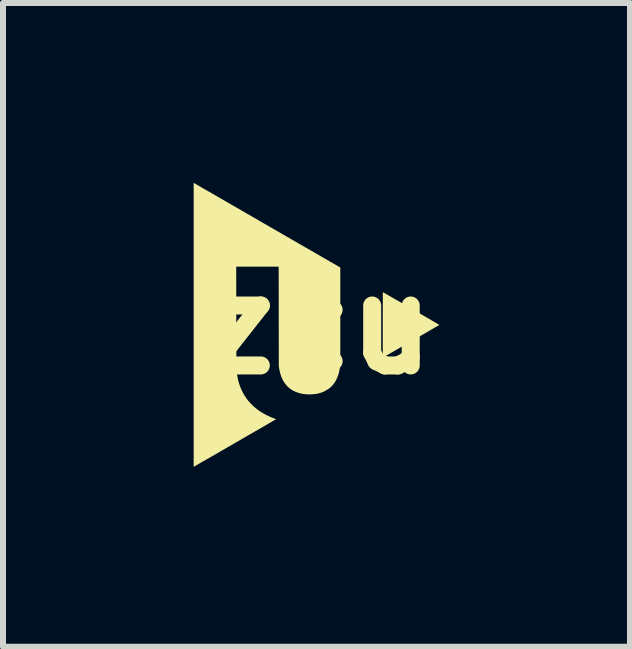
<source format=kicad_pcb>
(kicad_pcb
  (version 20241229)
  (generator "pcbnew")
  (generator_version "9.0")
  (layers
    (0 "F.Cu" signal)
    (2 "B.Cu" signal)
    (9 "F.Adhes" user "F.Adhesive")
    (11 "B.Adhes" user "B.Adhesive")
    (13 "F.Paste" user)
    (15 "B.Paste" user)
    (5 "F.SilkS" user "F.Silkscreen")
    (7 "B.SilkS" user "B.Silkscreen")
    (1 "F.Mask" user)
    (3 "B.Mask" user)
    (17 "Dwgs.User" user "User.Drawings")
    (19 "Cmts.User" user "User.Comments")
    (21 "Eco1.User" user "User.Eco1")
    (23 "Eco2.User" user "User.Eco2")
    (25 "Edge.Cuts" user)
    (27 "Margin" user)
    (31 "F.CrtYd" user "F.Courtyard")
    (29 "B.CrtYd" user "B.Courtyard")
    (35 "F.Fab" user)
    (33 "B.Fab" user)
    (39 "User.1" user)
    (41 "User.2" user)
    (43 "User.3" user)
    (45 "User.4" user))
  (footprint "zcu"
    (layer "F.Cu")
    (at 2.229 2.367)
    (property "Reference" "zcu" (at 0 0 0) (layer "F.SilkS") (effects (font (size 1.5 1.5) (thickness 0.3))))
    (attr board_only exclude_from_pos_files exclude_from_bom)
    (fp_poly (pts (xy 1.109 -0.542) (xy 1.116 -0.539) (xy 1.127 -0.533) (xy 1.141 -0.525) (xy 1.159 -0.514) (xy 1.18 -0.503) (xy 1.203 -0.489) (xy 1.23 -0.474) (xy 1.259 -0.457) (xy 1.29 -0.439) (xy 1.323 -0.42) (xy 1.358 -0.4) (xy 1.394 -0.379) (xy 1.431 -0.358) (xy 1.469 -0.335) (xy 1.508 -0.313) (xy 1.548 -0.29) (xy 1.587 -0.267) (xy 1.627 -0.244) (xy 1.666 -0.222) (xy 1.705 -0.199) (xy 1.742 -0.177) (xy 1.779 -0.156) (xy 1.815 -0.135) (xy 1.849 -0.115) (xy 1.881 -0.097) (xy 1.911 -0.079) (xy 1.939 -0.063) (xy 1.964 -0.048) (xy 1.987 -0.035) (xy 2.006 -0.023) (xy 2.022 -0.014) (xy 2.035 -0.006) (xy 2.044 -0.001) (xy 2.049 0.002) (xy 2.049 0.003) (xy 2.047 0.004) (xy 2.04 0.008) (xy 2.03 0.014) (xy 2.015 0.023) (xy 1.997 0.033) (xy 1.976 0.045) (xy 1.951 0.06) (xy 1.923 0.076) (xy 1.893 0.093) (xy 1.86 0.113) (xy 1.824 0.133) (xy 1.787 0.155) (xy 1.747 0.178) (xy 1.706 0.202) (xy 1.663 0.226) (xy 1.619 0.252) (xy 1.582 0.273) (xy 1.537 0.299) (xy 1.493 0.325) (xy 1.45 0.349) (xy 1.409 0.373) (xy 1.37 0.396) (xy 1.332 0.418) (xy 1.297 0.438) (xy 1.264 0.457) (xy 1.234 0.474) (xy 1.206 0.49) (xy 1.182 0.504) (xy 1.161 0.517) (xy 1.143 0.527) (xy 1.129 0.535) (xy 1.119 0.541) (xy 1.113 0.545) (xy 1.111 0.546) (xy 1.105 0.549) (xy 1.105 0.003) (xy 1.105 -0.05) (xy 1.105 -0.101) (xy 1.105 -0.15) (xy 1.105 -0.198) (xy 1.105 -0.244) (xy 1.105 -0.287) (xy 1.105 -0.328) (xy 1.106 -0.366) (xy 1.106 -0.401) (xy 1.106 -0.433) (xy 1.106 -0.461) (xy 1.106 -0.485) (xy 1.106 -0.506) (xy 1.106 -0.522) (xy 1.107 -0.534) (xy 1.107 -0.541) (xy 1.107 -0.544)) (stroke (width 0) (type solid)) (fill yes) (layer "F.SilkS"))
    (fp_poly (pts (xy -2.035 -2.359) (xy -2.032 -2.358) (xy -2.025 -2.353) (xy -2.013 -2.347) (xy -1.998 -2.338) (xy -1.978 -2.326) (xy -1.955 -2.313) (xy -1.928 -2.297) (xy -1.898 -2.28) (xy -1.864 -2.26) (xy -1.827 -2.239) (xy -1.786 -2.216) (xy -1.743 -2.191) (xy -1.697 -2.164) (xy -1.648 -2.136) (xy -1.596 -2.106) (xy -1.542 -2.075) (xy -1.485 -2.042) (xy -1.427 -2.008) (xy -1.366 -1.973) (xy -1.303 -1.937) (xy -1.238 -1.899) (xy -1.172 -1.861) (xy -1.104 -1.822) (xy -1.034 -1.782) (xy -0.964 -1.741) (xy -0.892 -1.699) (xy -0.818 -1.657) (xy -0.812 -1.653) (xy 0.397 -0.955) (xy 0.397 -0.161) (xy 0.397 -0.084) (xy 0.397 -0.012) (xy 0.397 0.056) (xy 0.397 0.119) (xy 0.397 0.177) (xy 0.397 0.232) (xy 0.397 0.282) (xy 0.397 0.328) (xy 0.397 0.371) (xy 0.397 0.41) (xy 0.397 0.446) (xy 0.397 0.479) (xy 0.397 0.508) (xy 0.396 0.535) (xy 0.396 0.559) (xy 0.396 0.581) (xy 0.396 0.601) (xy 0.395 0.618) (xy 0.395 0.633) (xy 0.395 0.647) (xy 0.394 0.659) (xy 0.394 0.67) (xy 0.393 0.679) (xy 0.393 0.688) (xy 0.392 0.695) (xy 0.391 0.702) (xy 0.391 0.709) (xy 0.39 0.715) (xy 0.389 0.721) (xy 0.388 0.727) (xy 0.388 0.727) (xy 0.378 0.78) (xy 0.365 0.829) (xy 0.348 0.876) (xy 0.328 0.92) (xy 0.304 0.961) (xy 0.278 0.997) (xy 0.248 1.03) (xy 0.221 1.055) (xy 0.209 1.063) (xy 0.195 1.073) (xy 0.177 1.084) (xy 0.159 1.095) (xy 0.14 1.105) (xy 0.123 1.114) (xy 0.107 1.121) (xy 0.102 1.123) (xy 0.06 1.138) (xy 0.015 1.149) (xy -0.033 1.156) (xy -0.083 1.16) (xy -0.133 1.161) (xy -0.184 1.158) (xy -0.234 1.152) (xy -0.251 1.148) (xy -0.299 1.136) (xy -0.345 1.12) (xy -0.387 1.1) (xy -0.427 1.076) (xy -0.463 1.048) (xy -0.496 1.016) (xy -0.525 0.98) (xy -0.552 0.94) (xy -0.561 0.923) (xy -0.577 0.89) (xy -0.591 0.856) (xy -0.603 0.818) (xy -0.613 0.778) (xy -0.622 0.733) (xy -0.624 0.721) (xy -0.629 0.686) (xy -0.63 -0.142) (xy -0.631 -0.969) (xy -0.985 -0.969) (xy -1.339 -0.969) (xy -1.338 -0.116) (xy -1.338 -0.037) (xy -1.338 0.038) (xy -1.337 0.108) (xy -1.337 0.173) (xy -1.337 0.234) (xy -1.337 0.29) (xy -1.337 0.343) (xy -1.337 0.391) (xy -1.337 0.436) (xy -1.337 0.477) (xy -1.337 0.515) (xy -1.337 0.55) (xy -1.336 0.581) (xy -1.336 0.61) (xy -1.336 0.636) (xy -1.336 0.659) (xy -1.335 0.68) (xy -1.335 0.699) (xy -1.335 0.716) (xy -1.334 0.731) (xy -1.334 0.745) (xy -1.333 0.757) (xy -1.333 0.767) (xy -1.332 0.777) (xy -1.331 0.786) (xy -1.331 0.793) (xy -1.33 0.801) (xy -1.329 0.807) (xy -1.328 0.814) (xy -1.327 0.82) (xy -1.326 0.827) (xy -1.325 0.834) (xy -1.323 0.841) (xy -1.322 0.849) (xy -1.322 0.85) (xy -1.308 0.919) (xy -1.29 0.985) (xy -1.267 1.048) (xy -1.24 1.108) (xy -1.209 1.166) (xy -1.174 1.22) (xy -1.135 1.272) (xy -1.091 1.32) (xy -1.044 1.366) (xy -0.992 1.408) (xy -0.936 1.448) (xy -0.876 1.484) (xy -0.824 1.511) (xy -0.808 1.519) (xy -0.789 1.528) (xy -0.768 1.537) (xy -0.748 1.546) (xy -0.729 1.554) (xy -0.711 1.56) (xy -0.696 1.566) (xy -0.685 1.569) (xy -0.679 1.572) (xy -0.675 1.574) (xy -0.674 1.574) (xy -0.677 1.576) (xy -0.683 1.58) (xy -0.694 1.586) (xy -0.708 1.594) (xy -0.726 1.605) (xy -0.748 1.618) (xy -0.773 1.633) (xy -0.802 1.649) (xy -0.834 1.668) (xy -0.868 1.688) (xy -0.905 1.709) (xy -0.945 1.732) (xy -0.987 1.757) (xy -1.032 1.782) (xy -1.078 1.809) (xy -1.127 1.837) (xy -1.177 1.866) (xy -1.229 1.896) (xy -1.282 1.927) (xy -1.336 1.958) (xy -1.353 1.968) (xy -1.408 2) (xy -1.462 2.031) (xy -1.514 2.061) (xy -1.565 2.09) (xy -1.614 2.119) (xy -1.661 2.146) (xy -1.707 2.172) (xy -1.75 2.197) (xy -1.791 2.221) (xy -1.83 2.243) (xy -1.866 2.264) (xy -1.899 2.283) (xy -1.929 2.3) (xy -1.956 2.316) (xy -1.979 2.329) (xy -1.999 2.341) (xy -2.015 2.35) (xy -2.028 2.357) (xy -2.036 2.362) (xy -2.04 2.365) (xy -2.04 2.365) (xy -2.049 2.37) (xy -2.049 0.001) (xy -2.049 -2.367)) (stroke (width 0) (type solid)) (fill yes) (layer "F.SilkS")))
  (gr_rect
    (start -3 -3)
    (end 7.457 7.737)
    (stroke (width 0.1) (type default))
    (fill no)
    (layer "Edge.Cuts")))
</source>
